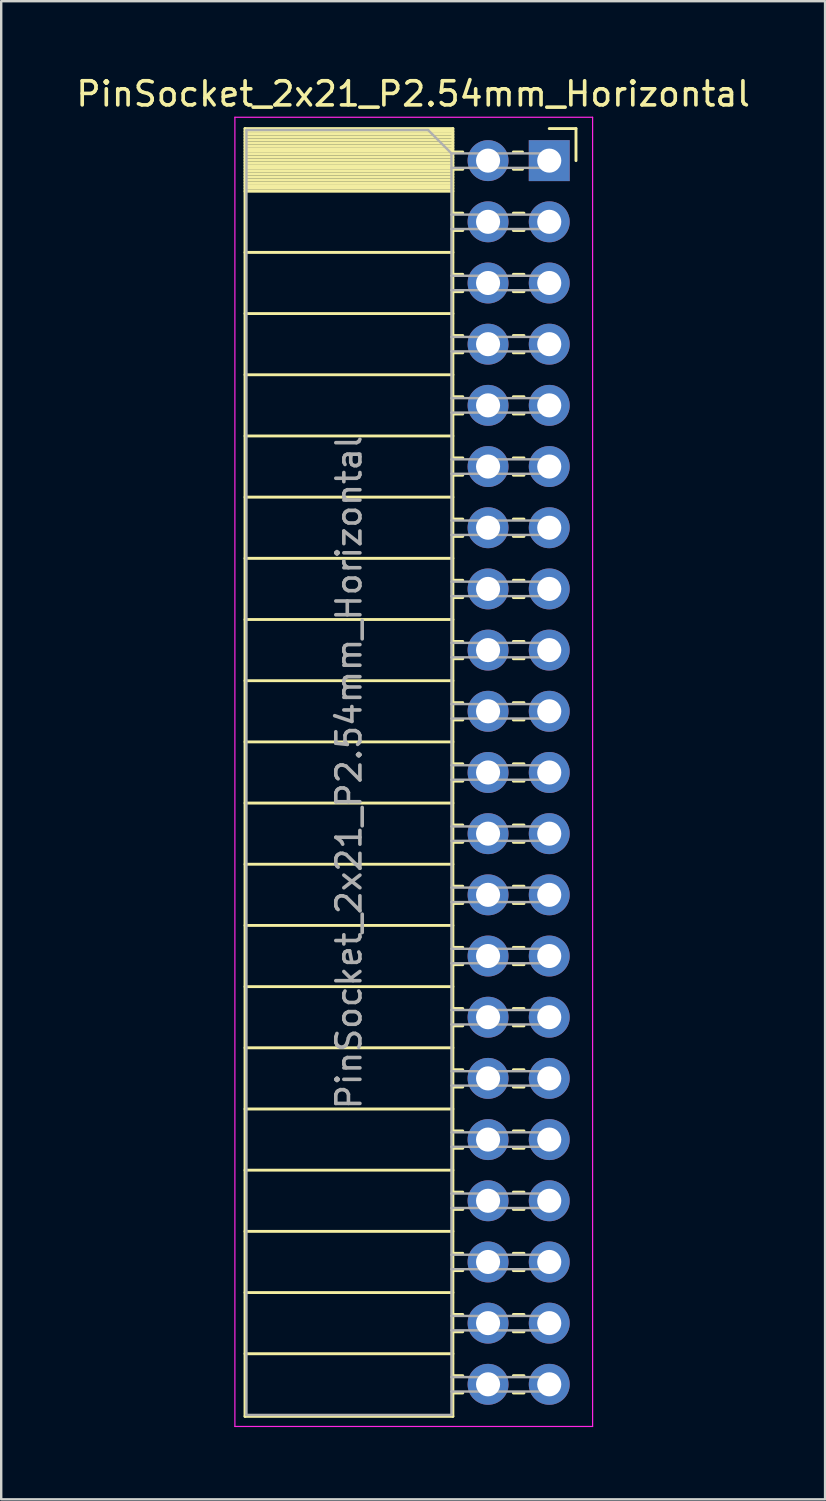
<source format=kicad_pcb>
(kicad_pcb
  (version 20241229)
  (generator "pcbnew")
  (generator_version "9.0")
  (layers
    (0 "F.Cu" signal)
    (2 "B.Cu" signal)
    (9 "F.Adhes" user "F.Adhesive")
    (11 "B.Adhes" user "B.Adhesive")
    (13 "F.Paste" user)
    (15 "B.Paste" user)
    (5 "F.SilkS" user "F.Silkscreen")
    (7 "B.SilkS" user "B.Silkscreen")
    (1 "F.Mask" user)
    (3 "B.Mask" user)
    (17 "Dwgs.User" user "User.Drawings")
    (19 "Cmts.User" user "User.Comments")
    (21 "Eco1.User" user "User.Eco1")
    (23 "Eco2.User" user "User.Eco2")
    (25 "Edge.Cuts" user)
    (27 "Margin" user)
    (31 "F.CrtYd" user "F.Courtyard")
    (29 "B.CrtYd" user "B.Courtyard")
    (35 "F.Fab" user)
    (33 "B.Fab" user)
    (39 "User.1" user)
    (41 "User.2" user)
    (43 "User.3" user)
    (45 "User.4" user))
  (footprint "PinSocket_2x21_P2.54mm_Horizontal"
    (layer "F.Cu")
    (at 19.751 3.618)
    (property "Reference" "PinSocket_2x21_P2.54mm_Horizontal" (at -5.65 -2.77 0) (layer "F.SilkS") (effects (font (size 1 1) (thickness 0.15))))
    (attr through_hole)
    (fp_line (start -12.63 -1.33) (end -12.63 52.13) (stroke (width 0.12) (type solid)) (layer "F.SilkS"))
    (fp_line (start -12.63 -1.33) (end -4 -1.33) (stroke (width 0.12) (type solid)) (layer "F.SilkS"))
    (fp_line (start -12.63 -1.21) (end -4 -1.21) (stroke (width 0.12) (type solid)) (layer "F.SilkS"))
    (fp_line (start -12.63 -1.092) (end -4 -1.092) (stroke (width 0.12) (type solid)) (layer "F.SilkS"))
    (fp_line (start -12.63 -0.974) (end -4 -0.974) (stroke (width 0.12) (type solid)) (layer "F.SilkS"))
    (fp_line (start -12.63 -0.856) (end -4 -0.856) (stroke (width 0.12) (type solid)) (layer "F.SilkS"))
    (fp_line (start -12.63 -0.738) (end -4 -0.738) (stroke (width 0.12) (type solid)) (layer "F.SilkS"))
    (fp_line (start -12.63 -0.62) (end -4 -0.62) (stroke (width 0.12) (type solid)) (layer "F.SilkS"))
    (fp_line (start -12.63 -0.501) (end -4 -0.501) (stroke (width 0.12) (type solid)) (layer "F.SilkS"))
    (fp_line (start -12.63 -0.383) (end -4 -0.383) (stroke (width 0.12) (type solid)) (layer "F.SilkS"))
    (fp_line (start -12.63 -0.265) (end -4 -0.265) (stroke (width 0.12) (type solid)) (layer "F.SilkS"))
    (fp_line (start -12.63 -0.147) (end -4 -0.147) (stroke (width 0.12) (type solid)) (layer "F.SilkS"))
    (fp_line (start -12.63 -0.029) (end -4 -0.029) (stroke (width 0.12) (type solid)) (layer "F.SilkS"))
    (fp_line (start -12.63 0.089) (end -4 0.089) (stroke (width 0.12) (type solid)) (layer "F.SilkS"))
    (fp_line (start -12.63 0.207) (end -4 0.207) (stroke (width 0.12) (type solid)) (layer "F.SilkS"))
    (fp_line (start -12.63 0.325) (end -4 0.325) (stroke (width 0.12) (type solid)) (layer "F.SilkS"))
    (fp_line (start -12.63 0.443) (end -4 0.443) (stroke (width 0.12) (type solid)) (layer "F.SilkS"))
    (fp_line (start -12.63 0.561) (end -4 0.561) (stroke (width 0.12) (type solid)) (layer "F.SilkS"))
    (fp_line (start -12.63 0.68) (end -4 0.68) (stroke (width 0.12) (type solid)) (layer "F.SilkS"))
    (fp_line (start -12.63 0.798) (end -4 0.798) (stroke (width 0.12) (type solid)) (layer "F.SilkS"))
    (fp_line (start -12.63 0.916) (end -4 0.916) (stroke (width 0.12) (type solid)) (layer "F.SilkS"))
    (fp_line (start -12.63 1.034) (end -4 1.034) (stroke (width 0.12) (type solid)) (layer "F.SilkS"))
    (fp_line (start -12.63 1.152) (end -4 1.152) (stroke (width 0.12) (type solid)) (layer "F.SilkS"))
    (fp_line (start -12.63 1.27) (end -4 1.27) (stroke (width 0.12) (type solid)) (layer "F.SilkS"))
    (fp_line (start -12.63 3.81) (end -4 3.81) (stroke (width 0.12) (type solid)) (layer "F.SilkS"))
    (fp_line (start -12.63 6.35) (end -4 6.35) (stroke (width 0.12) (type solid)) (layer "F.SilkS"))
    (fp_line (start -12.63 8.89) (end -4 8.89) (stroke (width 0.12) (type solid)) (layer "F.SilkS"))
    (fp_line (start -12.63 11.43) (end -4 11.43) (stroke (width 0.12) (type solid)) (layer "F.SilkS"))
    (fp_line (start -12.63 13.97) (end -4 13.97) (stroke (width 0.12) (type solid)) (layer "F.SilkS"))
    (fp_line (start -12.63 16.51) (end -4 16.51) (stroke (width 0.12) (type solid)) (layer "F.SilkS"))
    (fp_line (start -12.63 19.05) (end -4 19.05) (stroke (width 0.12) (type solid)) (layer "F.SilkS"))
    (fp_line (start -12.63 21.59) (end -4 21.59) (stroke (width 0.12) (type solid)) (layer "F.SilkS"))
    (fp_line (start -12.63 24.13) (end -4 24.13) (stroke (width 0.12) (type solid)) (layer "F.SilkS"))
    (fp_line (start -12.63 26.67) (end -4 26.67) (stroke (width 0.12) (type solid)) (layer "F.SilkS"))
    (fp_line (start -12.63 29.21) (end -4 29.21) (stroke (width 0.12) (type solid)) (layer "F.SilkS"))
    (fp_line (start -12.63 31.75) (end -4 31.75) (stroke (width 0.12) (type solid)) (layer "F.SilkS"))
    (fp_line (start -12.63 34.29) (end -4 34.29) (stroke (width 0.12) (type solid)) (layer "F.SilkS"))
    (fp_line (start -12.63 36.83) (end -4 36.83) (stroke (width 0.12) (type solid)) (layer "F.SilkS"))
    (fp_line (start -12.63 39.37) (end -4 39.37) (stroke (width 0.12) (type solid)) (layer "F.SilkS"))
    (fp_line (start -12.63 41.91) (end -4 41.91) (stroke (width 0.12) (type solid)) (layer "F.SilkS"))
    (fp_line (start -12.63 44.45) (end -4 44.45) (stroke (width 0.12) (type solid)) (layer "F.SilkS"))
    (fp_line (start -12.63 46.99) (end -4 46.99) (stroke (width 0.12) (type solid)) (layer "F.SilkS"))
    (fp_line (start -12.63 49.53) (end -4 49.53) (stroke (width 0.12) (type solid)) (layer "F.SilkS"))
    (fp_line (start -12.63 52.13) (end -4 52.13) (stroke (width 0.12) (type solid)) (layer "F.SilkS"))
    (fp_line (start -4 -1.33) (end -4 52.13) (stroke (width 0.12) (type solid)) (layer "F.SilkS"))
    (fp_line (start -4 -0.36) (end -3.59 -0.36) (stroke (width 0.12) (type solid)) (layer "F.SilkS"))
    (fp_line (start -4 0.36) (end -3.59 0.36) (stroke (width 0.12) (type solid)) (layer "F.SilkS"))
    (fp_line (start -4 2.18) (end -3.59 2.18) (stroke (width 0.12) (type solid)) (layer "F.SilkS"))
    (fp_line (start -4 2.9) (end -3.59 2.9) (stroke (width 0.12) (type solid)) (layer "F.SilkS"))
    (fp_line (start -4 4.72) (end -3.59 4.72) (stroke (width 0.12) (type solid)) (layer "F.SilkS"))
    (fp_line (start -4 5.44) (end -3.59 5.44) (stroke (width 0.12) (type solid)) (layer "F.SilkS"))
    (fp_line (start -4 7.26) (end -3.59 7.26) (stroke (width 0.12) (type solid)) (layer "F.SilkS"))
    (fp_line (start -4 7.98) (end -3.59 7.98) (stroke (width 0.12) (type solid)) (layer "F.SilkS"))
    (fp_line (start -4 9.8) (end -3.59 9.8) (stroke (width 0.12) (type solid)) (layer "F.SilkS"))
    (fp_line (start -4 10.52) (end -3.59 10.52) (stroke (width 0.12) (type solid)) (layer "F.SilkS"))
    (fp_line (start -4 12.34) (end -3.59 12.34) (stroke (width 0.12) (type solid)) (layer "F.SilkS"))
    (fp_line (start -4 13.06) (end -3.59 13.06) (stroke (width 0.12) (type solid)) (layer "F.SilkS"))
    (fp_line (start -4 14.88) (end -3.59 14.88) (stroke (width 0.12) (type solid)) (layer "F.SilkS"))
    (fp_line (start -4 15.6) (end -3.59 15.6) (stroke (width 0.12) (type solid)) (layer "F.SilkS"))
    (fp_line (start -4 17.42) (end -3.59 17.42) (stroke (width 0.12) (type solid)) (layer "F.SilkS"))
    (fp_line (start -4 18.14) (end -3.59 18.14) (stroke (width 0.12) (type solid)) (layer "F.SilkS"))
    (fp_line (start -4 19.96) (end -3.59 19.96) (stroke (width 0.12) (type solid)) (layer "F.SilkS"))
    (fp_line (start -4 20.68) (end -3.59 20.68) (stroke (width 0.12) (type solid)) (layer "F.SilkS"))
    (fp_line (start -4 22.5) (end -3.59 22.5) (stroke (width 0.12) (type solid)) (layer "F.SilkS"))
    (fp_line (start -4 23.22) (end -3.59 23.22) (stroke (width 0.12) (type solid)) (layer "F.SilkS"))
    (fp_line (start -4 25.04) (end -3.59 25.04) (stroke (width 0.12) (type solid)) (layer "F.SilkS"))
    (fp_line (start -4 25.76) (end -3.59 25.76) (stroke (width 0.12) (type solid)) (layer "F.SilkS"))
    (fp_line (start -4 27.58) (end -3.59 27.58) (stroke (width 0.12) (type solid)) (layer "F.SilkS"))
    (fp_line (start -4 28.3) (end -3.59 28.3) (stroke (width 0.12) (type solid)) (layer "F.SilkS"))
    (fp_line (start -4 30.12) (end -3.59 30.12) (stroke (width 0.12) (type solid)) (layer "F.SilkS"))
    (fp_line (start -4 30.84) (end -3.59 30.84) (stroke (width 0.12) (type solid)) (layer "F.SilkS"))
    (fp_line (start -4 32.66) (end -3.59 32.66) (stroke (width 0.12) (type solid)) (layer "F.SilkS"))
    (fp_line (start -4 33.38) (end -3.59 33.38) (stroke (width 0.12) (type solid)) (layer "F.SilkS"))
    (fp_line (start -4 35.2) (end -3.59 35.2) (stroke (width 0.12) (type solid)) (layer "F.SilkS"))
    (fp_line (start -4 35.92) (end -3.59 35.92) (stroke (width 0.12) (type solid)) (layer "F.SilkS"))
    (fp_line (start -4 37.74) (end -3.59 37.74) (stroke (width 0.12) (type solid)) (layer "F.SilkS"))
    (fp_line (start -4 38.46) (end -3.59 38.46) (stroke (width 0.12) (type solid)) (layer "F.SilkS"))
    (fp_line (start -4 40.28) (end -3.59 40.28) (stroke (width 0.12) (type solid)) (layer "F.SilkS"))
    (fp_line (start -4 41) (end -3.59 41) (stroke (width 0.12) (type solid)) (layer "F.SilkS"))
    (fp_line (start -4 42.82) (end -3.59 42.82) (stroke (width 0.12) (type solid)) (layer "F.SilkS"))
    (fp_line (start -4 43.54) (end -3.59 43.54) (stroke (width 0.12) (type solid)) (layer "F.SilkS"))
    (fp_line (start -4 45.36) (end -3.59 45.36) (stroke (width 0.12) (type solid)) (layer "F.SilkS"))
    (fp_line (start -4 46.08) (end -3.59 46.08) (stroke (width 0.12) (type solid)) (layer "F.SilkS"))
    (fp_line (start -4 47.9) (end -3.59 47.9) (stroke (width 0.12) (type solid)) (layer "F.SilkS"))
    (fp_line (start -4 48.62) (end -3.59 48.62) (stroke (width 0.12) (type solid)) (layer "F.SilkS"))
    (fp_line (start -4 50.44) (end -3.59 50.44) (stroke (width 0.12) (type solid)) (layer "F.SilkS"))
    (fp_line (start -4 51.16) (end -3.59 51.16) (stroke (width 0.12) (type solid)) (layer "F.SilkS"))
    (fp_line (start -1.49 -0.36) (end -1.11 -0.36) (stroke (width 0.12) (type solid)) (layer "F.SilkS"))
    (fp_line (start -1.49 0.36) (end -1.11 0.36) (stroke (width 0.12) (type solid)) (layer "F.SilkS"))
    (fp_line (start -1.49 2.18) (end -1.05 2.18) (stroke (width 0.12) (type solid)) (layer "F.SilkS"))
    (fp_line (start -1.49 2.9) (end -1.05 2.9) (stroke (width 0.12) (type solid)) (layer "F.SilkS"))
    (fp_line (start -1.49 4.72) (end -1.05 4.72) (stroke (width 0.12) (type solid)) (layer "F.SilkS"))
    (fp_line (start -1.49 5.44) (end -1.05 5.44) (stroke (width 0.12) (type solid)) (layer "F.SilkS"))
    (fp_line (start -1.49 7.26) (end -1.05 7.26) (stroke (width 0.12) (type solid)) (layer "F.SilkS"))
    (fp_line (start -1.49 7.98) (end -1.05 7.98) (stroke (width 0.12) (type solid)) (layer "F.SilkS"))
    (fp_line (start -1.49 9.8) (end -1.05 9.8) (stroke (width 0.12) (type solid)) (layer "F.SilkS"))
    (fp_line (start -1.49 10.52) (end -1.05 10.52) (stroke (width 0.12) (type solid)) (layer "F.SilkS"))
    (fp_line (start -1.49 12.34) (end -1.05 12.34) (stroke (width 0.12) (type solid)) (layer "F.SilkS"))
    (fp_line (start -1.49 13.06) (end -1.05 13.06) (stroke (width 0.12) (type solid)) (layer "F.SilkS"))
    (fp_line (start -1.49 14.88) (end -1.05 14.88) (stroke (width 0.12) (type solid)) (layer "F.SilkS"))
    (fp_line (start -1.49 15.6) (end -1.05 15.6) (stroke (width 0.12) (type solid)) (layer "F.SilkS"))
    (fp_line (start -1.49 17.42) (end -1.05 17.42) (stroke (width 0.12) (type solid)) (layer "F.SilkS"))
    (fp_line (start -1.49 18.14) (end -1.05 18.14) (stroke (width 0.12) (type solid)) (layer "F.SilkS"))
    (fp_line (start -1.49 19.96) (end -1.05 19.96) (stroke (width 0.12) (type solid)) (layer "F.SilkS"))
    (fp_line (start -1.49 20.68) (end -1.05 20.68) (stroke (width 0.12) (type solid)) (layer "F.SilkS"))
    (fp_line (start -1.49 22.5) (end -1.05 22.5) (stroke (width 0.12) (type solid)) (layer "F.SilkS"))
    (fp_line (start -1.49 23.22) (end -1.05 23.22) (stroke (width 0.12) (type solid)) (layer "F.SilkS"))
    (fp_line (start -1.49 25.04) (end -1.05 25.04) (stroke (width 0.12) (type solid)) (layer "F.SilkS"))
    (fp_line (start -1.49 25.76) (end -1.05 25.76) (stroke (width 0.12) (type solid)) (layer "F.SilkS"))
    (fp_line (start -1.49 27.58) (end -1.05 27.58) (stroke (width 0.12) (type solid)) (layer "F.SilkS"))
    (fp_line (start -1.49 28.3) (end -1.05 28.3) (stroke (width 0.12) (type solid)) (layer "F.SilkS"))
    (fp_line (start -1.49 30.12) (end -1.05 30.12) (stroke (width 0.12) (type solid)) (layer "F.SilkS"))
    (fp_line (start -1.49 30.84) (end -1.05 30.84) (stroke (width 0.12) (type solid)) (layer "F.SilkS"))
    (fp_line (start -1.49 32.66) (end -1.05 32.66) (stroke (width 0.12) (type solid)) (layer "F.SilkS"))
    (fp_line (start -1.49 33.38) (end -1.05 33.38) (stroke (width 0.12) (type solid)) (layer "F.SilkS"))
    (fp_line (start -1.49 35.2) (end -1.05 35.2) (stroke (width 0.12) (type solid)) (layer "F.SilkS"))
    (fp_line (start -1.49 35.92) (end -1.05 35.92) (stroke (width 0.12) (type solid)) (layer "F.SilkS"))
    (fp_line (start -1.49 37.74) (end -1.05 37.74) (stroke (width 0.12) (type solid)) (layer "F.SilkS"))
    (fp_line (start -1.49 38.46) (end -1.05 38.46) (stroke (width 0.12) (type solid)) (layer "F.SilkS"))
    (fp_line (start -1.49 40.28) (end -1.05 40.28) (stroke (width 0.12) (type solid)) (layer "F.SilkS"))
    (fp_line (start -1.49 41) (end -1.05 41) (stroke (width 0.12) (type solid)) (layer "F.SilkS"))
    (fp_line (start -1.49 42.82) (end -1.05 42.82) (stroke (width 0.12) (type solid)) (layer "F.SilkS"))
    (fp_line (start -1.49 43.54) (end -1.05 43.54) (stroke (width 0.12) (type solid)) (layer "F.SilkS"))
    (fp_line (start -1.49 45.36) (end -1.05 45.36) (stroke (width 0.12) (type solid)) (layer "F.SilkS"))
    (fp_line (start -1.49 46.08) (end -1.05 46.08) (stroke (width 0.12) (type solid)) (layer "F.SilkS"))
    (fp_line (start -1.49 47.9) (end -1.05 47.9) (stroke (width 0.12) (type solid)) (layer "F.SilkS"))
    (fp_line (start -1.49 48.62) (end -1.05 48.62) (stroke (width 0.12) (type solid)) (layer "F.SilkS"))
    (fp_line (start -1.49 50.44) (end -1.05 50.44) (stroke (width 0.12) (type solid)) (layer "F.SilkS"))
    (fp_line (start -1.49 51.16) (end -1.05 51.16) (stroke (width 0.12) (type solid)) (layer "F.SilkS"))
    (fp_line (start 0 -1.33) (end 1.11 -1.33) (stroke (width 0.12) (type solid)) (layer "F.SilkS"))
    (fp_line (start 1.11 -1.33) (end 1.11 0) (stroke (width 0.12) (type solid)) (layer "F.SilkS"))
    (fp_line (start -13.05 -1.8) (end -13.05 52.55) (stroke (width 0.05) (type solid)) (layer "F.CrtYd"))
    (fp_line (start -13.05 52.55) (end 1.8 52.55) (stroke (width 0.05) (type solid)) (layer "F.CrtYd"))
    (fp_line (start 1.8 -1.8) (end -13.05 -1.8) (stroke (width 0.05) (type solid)) (layer "F.CrtYd"))
    (fp_line (start 1.8 52.55) (end 1.8 -1.8) (stroke (width 0.05) (type solid)) (layer "F.CrtYd"))
    (fp_line (start -12.57 -1.27) (end -5.03 -1.27) (stroke (width 0.1) (type solid)) (layer "F.Fab"))
    (fp_line (start -12.57 52.07) (end -12.57 -1.27) (stroke (width 0.1) (type solid)) (layer "F.Fab"))
    (fp_line (start -5.03 -1.27) (end -4.06 -0.3) (stroke (width 0.1) (type solid)) (layer "F.Fab"))
    (fp_line (start -4.06 -0.3) (end -4.06 52.07) (stroke (width 0.1) (type solid)) (layer "F.Fab"))
    (fp_line (start -4.06 0.3) (end 0 0.3) (stroke (width 0.1) (type solid)) (layer "F.Fab"))
    (fp_line (start -4.06 2.84) (end 0 2.84) (stroke (width 0.1) (type solid)) (layer "F.Fab"))
    (fp_line (start -4.06 5.38) (end 0 5.38) (stroke (width 0.1) (type solid)) (layer "F.Fab"))
    (fp_line (start -4.06 7.92) (end 0 7.92) (stroke (width 0.1) (type solid)) (layer "F.Fab"))
    (fp_line (start -4.06 10.46) (end 0 10.46) (stroke (width 0.1) (type solid)) (layer "F.Fab"))
    (fp_line (start -4.06 13) (end 0 13) (stroke (width 0.1) (type solid)) (layer "F.Fab"))
    (fp_line (start -4.06 15.54) (end 0 15.54) (stroke (width 0.1) (type solid)) (layer "F.Fab"))
    (fp_line (start -4.06 18.08) (end 0 18.08) (stroke (width 0.1) (type solid)) (layer "F.Fab"))
    (fp_line (start -4.06 20.62) (end 0 20.62) (stroke (width 0.1) (type solid)) (layer "F.Fab"))
    (fp_line (start -4.06 23.16) (end 0 23.16) (stroke (width 0.1) (type solid)) (layer "F.Fab"))
    (fp_line (start -4.06 25.7) (end 0 25.7) (stroke (width 0.1) (type solid)) (layer "F.Fab"))
    (fp_line (start -4.06 28.24) (end 0 28.24) (stroke (width 0.1) (type solid)) (layer "F.Fab"))
    (fp_line (start -4.06 30.78) (end 0 30.78) (stroke (width 0.1) (type solid)) (layer "F.Fab"))
    (fp_line (start -4.06 33.32) (end 0 33.32) (stroke (width 0.1) (type solid)) (layer "F.Fab"))
    (fp_line (start -4.06 35.86) (end 0 35.86) (stroke (width 0.1) (type solid)) (layer "F.Fab"))
    (fp_line (start -4.06 38.4) (end 0 38.4) (stroke (width 0.1) (type solid)) (layer "F.Fab"))
    (fp_line (start -4.06 40.94) (end 0 40.94) (stroke (width 0.1) (type solid)) (layer "F.Fab"))
    (fp_line (start -4.06 43.48) (end 0 43.48) (stroke (width 0.1) (type solid)) (layer "F.Fab"))
    (fp_line (start -4.06 46.02) (end 0 46.02) (stroke (width 0.1) (type solid)) (layer "F.Fab"))
    (fp_line (start -4.06 48.56) (end 0 48.56) (stroke (width 0.1) (type solid)) (layer "F.Fab"))
    (fp_line (start -4.06 51.1) (end 0 51.1) (stroke (width 0.1) (type solid)) (layer "F.Fab"))
    (fp_line (start -4.06 52.07) (end -12.57 52.07) (stroke (width 0.1) (type solid)) (layer "F.Fab"))
    (fp_line (start 0 -0.3) (end -4.06 -0.3) (stroke (width 0.1) (type solid)) (layer "F.Fab"))
    (fp_line (start 0 0.3) (end 0 -0.3) (stroke (width 0.1) (type solid)) (layer "F.Fab"))
    (fp_line (start 0 2.24) (end -4.06 2.24) (stroke (width 0.1) (type solid)) (layer "F.Fab"))
    (fp_line (start 0 2.84) (end 0 2.24) (stroke (width 0.1) (type solid)) (layer "F.Fab"))
    (fp_line (start 0 4.78) (end -4.06 4.78) (stroke (width 0.1) (type solid)) (layer "F.Fab"))
    (fp_line (start 0 5.38) (end 0 4.78) (stroke (width 0.1) (type solid)) (layer "F.Fab"))
    (fp_line (start 0 7.32) (end -4.06 7.32) (stroke (width 0.1) (type solid)) (layer "F.Fab"))
    (fp_line (start 0 7.92) (end 0 7.32) (stroke (width 0.1) (type solid)) (layer "F.Fab"))
    (fp_line (start 0 9.86) (end -4.06 9.86) (stroke (width 0.1) (type solid)) (layer "F.Fab"))
    (fp_line (start 0 10.46) (end 0 9.86) (stroke (width 0.1) (type solid)) (layer "F.Fab"))
    (fp_line (start 0 12.4) (end -4.06 12.4) (stroke (width 0.1) (type solid)) (layer "F.Fab"))
    (fp_line (start 0 13) (end 0 12.4) (stroke (width 0.1) (type solid)) (layer "F.Fab"))
    (fp_line (start 0 14.94) (end -4.06 14.94) (stroke (width 0.1) (type solid)) (layer "F.Fab"))
    (fp_line (start 0 15.54) (end 0 14.94) (stroke (width 0.1) (type solid)) (layer "F.Fab"))
    (fp_line (start 0 17.48) (end -4.06 17.48) (stroke (width 0.1) (type solid)) (layer "F.Fab"))
    (fp_line (start 0 18.08) (end 0 17.48) (stroke (width 0.1) (type solid)) (layer "F.Fab"))
    (fp_line (start 0 20.02) (end -4.06 20.02) (stroke (width 0.1) (type solid)) (layer "F.Fab"))
    (fp_line (start 0 20.62) (end 0 20.02) (stroke (width 0.1) (type solid)) (layer "F.Fab"))
    (fp_line (start 0 22.56) (end -4.06 22.56) (stroke (width 0.1) (type solid)) (layer "F.Fab"))
    (fp_line (start 0 23.16) (end 0 22.56) (stroke (width 0.1) (type solid)) (layer "F.Fab"))
    (fp_line (start 0 25.1) (end -4.06 25.1) (stroke (width 0.1) (type solid)) (layer "F.Fab"))
    (fp_line (start 0 25.7) (end 0 25.1) (stroke (width 0.1) (type solid)) (layer "F.Fab"))
    (fp_line (start 0 27.64) (end -4.06 27.64) (stroke (width 0.1) (type solid)) (layer "F.Fab"))
    (fp_line (start 0 28.24) (end 0 27.64) (stroke (width 0.1) (type solid)) (layer "F.Fab"))
    (fp_line (start 0 30.18) (end -4.06 30.18) (stroke (width 0.1) (type solid)) (layer "F.Fab"))
    (fp_line (start 0 30.78) (end 0 30.18) (stroke (width 0.1) (type solid)) (layer "F.Fab"))
    (fp_line (start 0 32.72) (end -4.06 32.72) (stroke (width 0.1) (type solid)) (layer "F.Fab"))
    (fp_line (start 0 33.32) (end 0 32.72) (stroke (width 0.1) (type solid)) (layer "F.Fab"))
    (fp_line (start 0 35.26) (end -4.06 35.26) (stroke (width 0.1) (type solid)) (layer "F.Fab"))
    (fp_line (start 0 35.86) (end 0 35.26) (stroke (width 0.1) (type solid)) (layer "F.Fab"))
    (fp_line (start 0 37.8) (end -4.06 37.8) (stroke (width 0.1) (type solid)) (layer "F.Fab"))
    (fp_line (start 0 38.4) (end 0 37.8) (stroke (width 0.1) (type solid)) (layer "F.Fab"))
    (fp_line (start 0 40.34) (end -4.06 40.34) (stroke (width 0.1) (type solid)) (layer "F.Fab"))
    (fp_line (start 0 40.94) (end 0 40.34) (stroke (width 0.1) (type solid)) (layer "F.Fab"))
    (fp_line (start 0 42.88) (end -4.06 42.88) (stroke (width 0.1) (type solid)) (layer "F.Fab"))
    (fp_line (start 0 43.48) (end 0 42.88) (stroke (width 0.1) (type solid)) (layer "F.Fab"))
    (fp_line (start 0 45.42) (end -4.06 45.42) (stroke (width 0.1) (type solid)) (layer "F.Fab"))
    (fp_line (start 0 46.02) (end 0 45.42) (stroke (width 0.1) (type solid)) (layer "F.Fab"))
    (fp_line (start 0 47.96) (end -4.06 47.96) (stroke (width 0.1) (type solid)) (layer "F.Fab"))
    (fp_line (start 0 48.56) (end 0 47.96) (stroke (width 0.1) (type solid)) (layer "F.Fab"))
    (fp_line (start 0 50.5) (end -4.06 50.5) (stroke (width 0.1) (type solid)) (layer "F.Fab"))
    (fp_line (start 0 51.1) (end 0 50.5) (stroke (width 0.1) (type solid)) (layer "F.Fab"))
    (fp_text user "${REFERENCE}" (at -8.315 25.4 90) (layer "F.Fab") (effects (font (size 1 1) (thickness 0.15))))
    (pad "1" thru_hole rect (at 0 0) (size 1.7 1.7) (drill 1) (layers "*.Cu" "*.Mask"))
    (pad "2" thru_hole oval (at -2.54 0) (size 1.7 1.7) (drill 1) (layers "*.Cu" "*.Mask"))
    (pad "3" thru_hole oval (at 0 2.54) (size 1.7 1.7) (drill 1) (layers "*.Cu" "*.Mask"))
    (pad "4" thru_hole oval (at -2.54 2.54) (size 1.7 1.7) (drill 1) (layers "*.Cu" "*.Mask"))
    (pad "5" thru_hole oval (at 0 5.08) (size 1.7 1.7) (drill 1) (layers "*.Cu" "*.Mask"))
    (pad "6" thru_hole oval (at -2.54 5.08) (size 1.7 1.7) (drill 1) (layers "*.Cu" "*.Mask"))
    (pad "7" thru_hole oval (at 0 7.62) (size 1.7 1.7) (drill 1) (layers "*.Cu" "*.Mask"))
    (pad "8" thru_hole oval (at -2.54 7.62) (size 1.7 1.7) (drill 1) (layers "*.Cu" "*.Mask"))
    (pad "9" thru_hole oval (at 0 10.16) (size 1.7 1.7) (drill 1) (layers "*.Cu" "*.Mask"))
    (pad "10" thru_hole oval (at -2.54 10.16) (size 1.7 1.7) (drill 1) (layers "*.Cu" "*.Mask"))
    (pad "11" thru_hole oval (at 0 12.7) (size 1.7 1.7) (drill 1) (layers "*.Cu" "*.Mask"))
    (pad "12" thru_hole oval (at -2.54 12.7) (size 1.7 1.7) (drill 1) (layers "*.Cu" "*.Mask"))
    (pad "13" thru_hole oval (at 0 15.24) (size 1.7 1.7) (drill 1) (layers "*.Cu" "*.Mask"))
    (pad "14" thru_hole oval (at -2.54 15.24) (size 1.7 1.7) (drill 1) (layers "*.Cu" "*.Mask"))
    (pad "15" thru_hole oval (at 0 17.78) (size 1.7 1.7) (drill 1) (layers "*.Cu" "*.Mask"))
    (pad "16" thru_hole oval (at -2.54 17.78) (size 1.7 1.7) (drill 1) (layers "*.Cu" "*.Mask"))
    (pad "17" thru_hole oval (at 0 20.32) (size 1.7 1.7) (drill 1) (layers "*.Cu" "*.Mask"))
    (pad "18" thru_hole oval (at -2.54 20.32) (size 1.7 1.7) (drill 1) (layers "*.Cu" "*.Mask"))
    (pad "19" thru_hole oval (at 0 22.86) (size 1.7 1.7) (drill 1) (layers "*.Cu" "*.Mask"))
    (pad "20" thru_hole oval (at -2.54 22.86) (size 1.7 1.7) (drill 1) (layers "*.Cu" "*.Mask"))
    (pad "21" thru_hole oval (at 0 25.4) (size 1.7 1.7) (drill 1) (layers "*.Cu" "*.Mask"))
    (pad "22" thru_hole oval (at -2.54 25.4) (size 1.7 1.7) (drill 1) (layers "*.Cu" "*.Mask"))
    (pad "23" thru_hole oval (at 0 27.94) (size 1.7 1.7) (drill 1) (layers "*.Cu" "*.Mask"))
    (pad "24" thru_hole oval (at -2.54 27.94) (size 1.7 1.7) (drill 1) (layers "*.Cu" "*.Mask"))
    (pad "25" thru_hole oval (at 0 30.48) (size 1.7 1.7) (drill 1) (layers "*.Cu" "*.Mask"))
    (pad "26" thru_hole oval (at -2.54 30.48) (size 1.7 1.7) (drill 1) (layers "*.Cu" "*.Mask"))
    (pad "27" thru_hole oval (at 0 33.02) (size 1.7 1.7) (drill 1) (layers "*.Cu" "*.Mask"))
    (pad "28" thru_hole oval (at -2.54 33.02) (size 1.7 1.7) (drill 1) (layers "*.Cu" "*.Mask"))
    (pad "29" thru_hole oval (at 0 35.56) (size 1.7 1.7) (drill 1) (layers "*.Cu" "*.Mask"))
    (pad "30" thru_hole oval (at -2.54 35.56) (size 1.7 1.7) (drill 1) (layers "*.Cu" "*.Mask"))
    (pad "31" thru_hole oval (at 0 38.1) (size 1.7 1.7) (drill 1) (layers "*.Cu" "*.Mask"))
    (pad "32" thru_hole oval (at -2.54 38.1) (size 1.7 1.7) (drill 1) (layers "*.Cu" "*.Mask"))
    (pad "33" thru_hole oval (at 0 40.64) (size 1.7 1.7) (drill 1) (layers "*.Cu" "*.Mask"))
    (pad "34" thru_hole oval (at -2.54 40.64) (size 1.7 1.7) (drill 1) (layers "*.Cu" "*.Mask"))
    (pad "35" thru_hole oval (at 0 43.18) (size 1.7 1.7) (drill 1) (layers "*.Cu" "*.Mask"))
    (pad "36" thru_hole oval (at -2.54 43.18) (size 1.7 1.7) (drill 1) (layers "*.Cu" "*.Mask"))
    (pad "37" thru_hole oval (at 0 45.72) (size 1.7 1.7) (drill 1) (layers "*.Cu" "*.Mask"))
    (pad "38" thru_hole oval (at -2.54 45.72) (size 1.7 1.7) (drill 1) (layers "*.Cu" "*.Mask"))
    (pad "39" thru_hole oval (at 0 48.26) (size 1.7 1.7) (drill 1) (layers "*.Cu" "*.Mask"))
    (pad "40" thru_hole oval (at -2.54 48.26) (size 1.7 1.7) (drill 1) (layers "*.Cu" "*.Mask"))
    (pad "41" thru_hole oval (at 0 50.8) (size 1.7 1.7) (drill 1) (layers "*.Cu" "*.Mask"))
    (pad "42" thru_hole oval (at -2.54 50.8) (size 1.7 1.7) (drill 1) (layers "*.Cu" "*.Mask")))
  (gr_rect
    (start -3 -3)
    (end 31.202 59.193)
    (stroke (width 0.1) (type default))
    (fill no)
    (layer "Edge.Cuts")))
</source>
